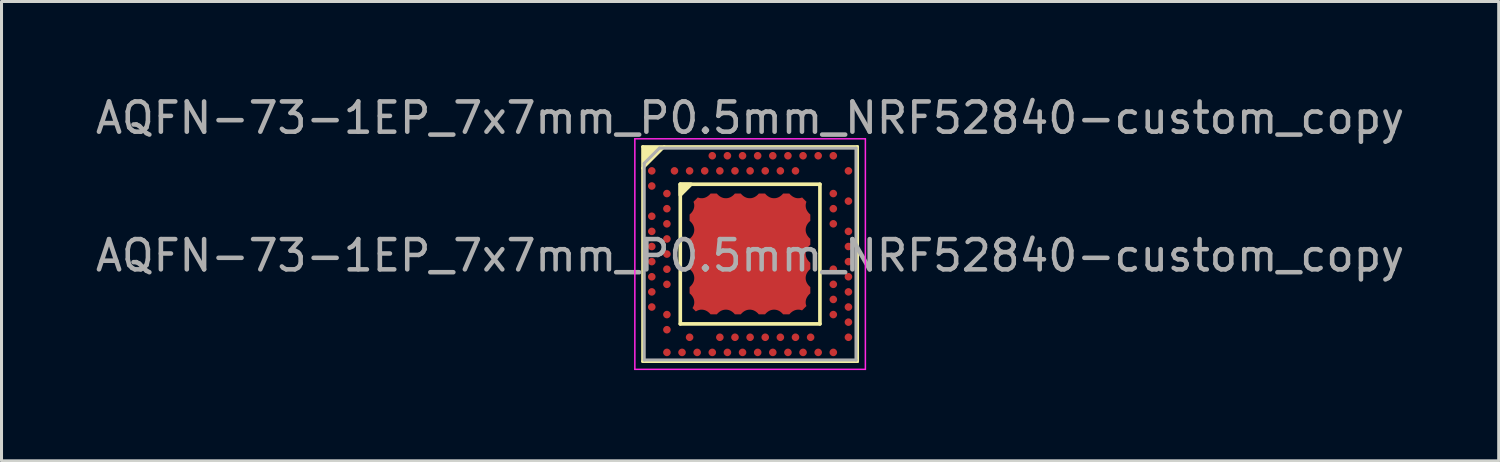
<source format=kicad_pcb>
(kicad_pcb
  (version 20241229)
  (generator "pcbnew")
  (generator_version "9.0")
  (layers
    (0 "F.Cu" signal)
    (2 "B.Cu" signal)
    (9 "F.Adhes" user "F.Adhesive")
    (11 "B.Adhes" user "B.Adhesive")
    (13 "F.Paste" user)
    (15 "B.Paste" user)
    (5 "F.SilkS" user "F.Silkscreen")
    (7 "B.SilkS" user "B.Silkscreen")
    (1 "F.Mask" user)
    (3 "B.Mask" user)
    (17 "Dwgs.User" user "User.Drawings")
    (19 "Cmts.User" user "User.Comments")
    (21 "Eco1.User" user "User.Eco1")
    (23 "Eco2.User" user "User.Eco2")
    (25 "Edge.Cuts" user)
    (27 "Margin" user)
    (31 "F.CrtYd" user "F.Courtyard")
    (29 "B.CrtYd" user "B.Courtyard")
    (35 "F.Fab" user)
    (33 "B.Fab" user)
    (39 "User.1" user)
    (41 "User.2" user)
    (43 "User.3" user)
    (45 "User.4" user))
  (footprint "AQFN-73-1EP_7x7mm_P0.5mm_NRF52840-custom_copy"
    (layer "F.Cu")
    (at 21.744 5.348)
    (property "Reference" "AQFN-73-1EP_7x7mm_P0.5mm_NRF52840-custom_copy" (at 0 -4.5 0) (layer "F.Fab") (effects (font (size 1 1) (thickness 0.15))))
    (attr smd)
    (fp_poly (pts (xy -1.085 -1.983) (xy -1.07 -1.967) (xy -1.055 -1.952) (xy -1.039 -1.938) (xy -1.023 -1.924) (xy -1.005 -1.912) (xy -0.988 -1.9) (xy -0.969 -1.889) (xy -0.95 -1.879) (xy -0.931 -1.871) (xy -0.91 -1.863) (xy -0.89 -1.857) (xy -0.869 -1.852) (xy -0.847 -1.849) (xy -0.825 -1.846) (xy -0.802 -1.846) (xy -0.79 -1.846) (xy -0.779 -1.846) (xy -0.768 -1.847) (xy -0.757 -1.849) (xy -0.746 -1.85) (xy -0.735 -1.852) (xy -0.724 -1.854) (xy -0.714 -1.857) (xy -0.693 -1.863) (xy -0.673 -1.871) (xy -0.653 -1.879) (xy -0.634 -1.889) (xy -0.616 -1.9) (xy -0.598 -1.912) (xy -0.581 -1.924) (xy -0.565 -1.938) (xy -0.549 -1.952) (xy -0.533 -1.967) (xy -0.519 -1.983) (xy -0.505 -2) (xy -0.307 -2) (xy -0.293 -1.983) (xy -0.278 -1.967) (xy -0.263 -1.952) (xy -0.247 -1.938) (xy -0.231 -1.924) (xy -0.214 -1.912) (xy -0.196 -1.9) (xy -0.177 -1.889) (xy -0.158 -1.879) (xy -0.139 -1.871) (xy -0.119 -1.863) (xy -0.098 -1.857) (xy -0.077 -1.852) (xy -0.055 -1.849) (xy -0.033 -1.846) (xy -0.01 -1.846) (xy 0.001 -1.846) (xy 0.013 -1.846) (xy 0.024 -1.847) (xy 0.035 -1.849) (xy 0.046 -1.85) (xy 0.056 -1.852) (xy 0.067 -1.855) (xy 0.077 -1.857) (xy 0.098 -1.863) (xy 0.118 -1.871) (xy 0.137 -1.879) (xy 0.156 -1.889) (xy 0.174 -1.9) (xy 0.192 -1.912) (xy 0.209 -1.924) (xy 0.226 -1.938) (xy 0.242 -1.952) (xy 0.257 -1.967) (xy 0.272 -1.983) (xy 0.286 -2) (xy 0.495 -2) (xy 0.509 -1.983) (xy 0.524 -1.967) (xy 0.539 -1.952) (xy 0.555 -1.938) (xy 0.572 -1.924) (xy 0.589 -1.912) (xy 0.607 -1.9) (xy 0.625 -1.889) (xy 0.644 -1.879) (xy 0.664 -1.871) (xy 0.684 -1.863) (xy 0.704 -1.857) (xy 0.726 -1.852) (xy 0.747 -1.849) (xy 0.77 -1.846) (xy 0.792 -1.846) (xy 0.804 -1.846) (xy 0.815 -1.846) (xy 0.826 -1.847) (xy 0.837 -1.849) (xy 0.848 -1.85) (xy 0.859 -1.852) (xy 0.87 -1.854) (xy 0.88 -1.857) (xy 0.901 -1.863) (xy 0.921 -1.871) (xy 0.941 -1.879) (xy 0.96 -1.889) (xy 0.978 -1.9) (xy 0.996 -1.912) (xy 1.013 -1.924) (xy 1.03 -1.938) (xy 1.045 -1.952) (xy 1.061 -1.967) (xy 1.075 -1.983) (xy 1.089 -2) (xy 1.298 -2) (xy 1.313 -1.983) (xy 1.327 -1.967) (xy 1.343 -1.952) (xy 1.359 -1.938) (xy 1.376 -1.924) (xy 1.393 -1.912) (xy 1.41 -1.9) (xy 1.429 -1.889) (xy 1.448 -1.879) (xy 1.467 -1.871) (xy 1.487 -1.863) (xy 1.507 -1.857) (xy 1.528 -1.852) (xy 1.55 -1.849) (xy 1.572 -1.846) (xy 1.595 -1.846) (xy 1.603 -1.846) (xy 1.611 -1.846) (xy 1.619 -1.847) (xy 1.627 -1.848) (xy 1.635 -1.849) (xy 1.643 -1.85) (xy 1.651 -1.851) (xy 1.659 -1.853) (xy 1.666 -1.855) (xy 1.674 -1.857) (xy 1.689 -1.861) (xy 1.704 -1.866) (xy 1.718 -1.872) (xy 1.863 -1.727) (xy 1.857 -1.713) (xy 1.852 -1.698) (xy 1.848 -1.683) (xy 1.846 -1.675) (xy 1.844 -1.668) (xy 1.842 -1.66) (xy 1.841 -1.652) (xy 1.84 -1.644) (xy 1.838 -1.636) (xy 1.838 -1.628) (xy 1.837 -1.62) (xy 1.837 -1.612) (xy 1.837 -1.604) (xy 1.837 -1.592) (xy 1.837 -1.581) (xy 1.838 -1.57) (xy 1.84 -1.559) (xy 1.841 -1.548) (xy 1.843 -1.537) (xy 1.845 -1.527) (xy 1.848 -1.516) (xy 1.854 -1.496) (xy 1.862 -1.476) (xy 1.87 -1.457) (xy 1.88 -1.438) (xy 1.891 -1.42) (xy 1.903 -1.402) (xy 1.915 -1.385) (xy 1.929 -1.368) (xy 1.943 -1.352) (xy 1.958 -1.337) (xy 1.974 -1.322) (xy 1.99 -1.307) (xy 1.99 -1.098) (xy 1.974 -1.084) (xy 1.958 -1.07) (xy 1.943 -1.055) (xy 1.929 -1.039) (xy 1.915 -1.022) (xy 1.903 -1.005) (xy 1.891 -0.987) (xy 1.88 -0.969) (xy 1.87 -0.95) (xy 1.862 -0.93) (xy 1.854 -0.91) (xy 1.848 -0.889) (xy 1.843 -0.868) (xy 1.839 -0.846) (xy 1.837 -0.824) (xy 1.837 -0.801) (xy 1.837 -0.79) (xy 1.837 -0.779) (xy 1.838 -0.767) (xy 1.839 -0.756) (xy 1.841 -0.745) (xy 1.843 -0.735) (xy 1.845 -0.724) (xy 1.848 -0.713) (xy 1.854 -0.693) (xy 1.862 -0.673) (xy 1.87 -0.653) (xy 1.88 -0.634) (xy 1.891 -0.616) (xy 1.903 -0.598) (xy 1.915 -0.581) (xy 1.929 -0.564) (xy 1.943 -0.548) (xy 1.958 -0.533) (xy 1.974 -0.518) (xy 1.99 -0.504) (xy 1.99 -0.307) (xy 1.974 -0.293) (xy 1.958 -0.278) (xy 1.943 -0.263) (xy 1.929 -0.247) (xy 1.915 -0.23) (xy 1.903 -0.213) (xy 1.891 -0.195) (xy 1.88 -0.177) (xy 1.87 -0.158) (xy 1.862 -0.138) (xy 1.854 -0.118) (xy 1.848 -0.098) (xy 1.843 -0.076) (xy 1.839 -0.055) (xy 1.837 -0.032) (xy 1.837 -0.01) (xy 1.837 0.002) (xy 1.837 0.013) (xy 1.838 0.024) (xy 1.84 0.035) (xy 1.841 0.046) (xy 1.843 0.057) (xy 1.845 0.067) (xy 1.848 0.078) (xy 1.854 0.098) (xy 1.862 0.118) (xy 1.87 0.138) (xy 1.88 0.156) (xy 1.891 0.175) (xy 1.903 0.192) (xy 1.915 0.209) (xy 1.929 0.226) (xy 1.943 0.242) (xy 1.958 0.258) (xy 1.974 0.272) (xy 1.99 0.287) (xy 1.99 0.496) (xy 1.974 0.51) (xy 1.958 0.524) (xy 1.943 0.54) (xy 1.929 0.555) (xy 1.915 0.572) (xy 1.903 0.589) (xy 1.891 0.607) (xy 1.88 0.625) (xy 1.87 0.644) (xy 1.862 0.664) (xy 1.854 0.684) (xy 1.848 0.705) (xy 1.843 0.726) (xy 1.839 0.748) (xy 1.837 0.77) (xy 1.837 0.793) (xy 1.837 0.804) (xy 1.837 0.815) (xy 1.838 0.827) (xy 1.839 0.838) (xy 1.841 0.849) (xy 1.843 0.859) (xy 1.845 0.87) (xy 1.848 0.881) (xy 1.854 0.901) (xy 1.862 0.922) (xy 1.87 0.941) (xy 1.88 0.96) (xy 1.891 0.978) (xy 1.903 0.996) (xy 1.915 1.013) (xy 1.929 1.03) (xy 1.943 1.046) (xy 1.958 1.061) (xy 1.974 1.076) (xy 1.99 1.09) (xy 1.99 1.299) (xy 1.974 1.313) (xy 1.958 1.328) (xy 1.943 1.343) (xy 1.929 1.359) (xy 1.915 1.376) (xy 1.903 1.393) (xy 1.891 1.411) (xy 1.88 1.429) (xy 1.87 1.448) (xy 1.862 1.467) (xy 1.854 1.487) (xy 1.848 1.508) (xy 1.843 1.529) (xy 1.84 1.55) (xy 1.837 1.572) (xy 1.837 1.595) (xy 1.837 1.603) (xy 1.837 1.611) (xy 1.838 1.619) (xy 1.838 1.627) (xy 1.839 1.635) (xy 1.841 1.643) (xy 1.842 1.651) (xy 1.844 1.659) (xy 1.846 1.666) (xy 1.847 1.674) (xy 1.852 1.689) (xy 1.857 1.703) (xy 1.862 1.718) (xy 1.717 1.862) (xy 1.703 1.857) (xy 1.688 1.852) (xy 1.673 1.848) (xy 1.666 1.846) (xy 1.658 1.844) (xy 1.65 1.843) (xy 1.643 1.841) (xy 1.635 1.84) (xy 1.627 1.839) (xy 1.619 1.838) (xy 1.611 1.837) (xy 1.603 1.837) (xy 1.595 1.837) (xy 1.583 1.837) (xy 1.572 1.838) (xy 1.561 1.839) (xy 1.55 1.84) (xy 1.539 1.842) (xy 1.528 1.844) (xy 1.518 1.846) (xy 1.507 1.849) (xy 1.487 1.855) (xy 1.467 1.862) (xy 1.448 1.871) (xy 1.429 1.881) (xy 1.41 1.891) (xy 1.393 1.903) (xy 1.376 1.916) (xy 1.359 1.929) (xy 1.343 1.944) (xy 1.327 1.959) (xy 1.313 1.975) (xy 1.298 1.991) (xy 1.089 1.991) (xy 1.075 1.974) (xy 1.061 1.959) (xy 1.045 1.944) (xy 1.03 1.929) (xy 1.013 1.916) (xy 0.996 1.903) (xy 0.978 1.891) (xy 0.96 1.88) (xy 0.941 1.871) (xy 0.921 1.862) (xy 0.901 1.855) (xy 0.88 1.848) (xy 0.859 1.844) (xy 0.837 1.84) (xy 0.815 1.838) (xy 0.792 1.837) (xy 0.781 1.837) (xy 0.77 1.838) (xy 0.758 1.839) (xy 0.747 1.84) (xy 0.736 1.842) (xy 0.726 1.844) (xy 0.715 1.846) (xy 0.704 1.848) (xy 0.684 1.855) (xy 0.664 1.862) (xy 0.644 1.871) (xy 0.625 1.88) (xy 0.607 1.891) (xy 0.589 1.903) (xy 0.572 1.916) (xy 0.555 1.929) (xy 0.539 1.944) (xy 0.524 1.959) (xy 0.509 1.974) (xy 0.495 1.991) (xy 0.286 1.991) (xy 0.272 1.975) (xy 0.257 1.959) (xy 0.242 1.944) (xy 0.226 1.929) (xy 0.209 1.916) (xy 0.192 1.903) (xy 0.174 1.891) (xy 0.156 1.881) (xy 0.137 1.871) (xy 0.118 1.862) (xy 0.098 1.855) (xy 0.077 1.849) (xy 0.056 1.844) (xy 0.035 1.84) (xy 0.013 1.838) (xy -0.01 1.837) (xy -0.021 1.837) (xy -0.033 1.838) (xy -0.044 1.839) (xy -0.055 1.84) (xy -0.066 1.842) (xy -0.077 1.844) (xy -0.087 1.846) (xy -0.098 1.848) (xy -0.119 1.855) (xy -0.139 1.862) (xy -0.158 1.871) (xy -0.177 1.88) (xy -0.196 1.891) (xy -0.214 1.903) (xy -0.231 1.916) (xy -0.247 1.929) (xy -0.263 1.944) (xy -0.278 1.959) (xy -0.293 1.974) (xy -0.307 1.991) (xy -0.505 1.991) (xy -0.519 1.974) (xy -0.533 1.959) (xy -0.549 1.944) (xy -0.565 1.929) (xy -0.581 1.916) (xy -0.598 1.903) (xy -0.616 1.891) (xy -0.634 1.88) (xy -0.653 1.871) (xy -0.673 1.862) (xy -0.693 1.855) (xy -0.714 1.848) (xy -0.735 1.844) (xy -0.757 1.84) (xy -0.779 1.838) (xy -0.802 1.837) (xy -0.813 1.837) (xy -0.825 1.838) (xy -0.836 1.839) (xy -0.847 1.84) (xy -0.858 1.842) (xy -0.869 1.844) (xy -0.879 1.846) (xy -0.89 1.848) (xy -0.91 1.855) (xy -0.931 1.862) (xy -0.95 1.871) (xy -0.969 1.88) (xy -0.988 1.891) (xy -1.005 1.903) (xy -1.023 1.916) (xy -1.039 1.929) (xy -1.055 1.944) (xy -1.07 1.959) (xy -1.085 1.974) (xy -1.099 1.991) (xy -1.308 1.991) (xy -1.322 1.975) (xy -1.337 1.959) (xy -1.352 1.944) (xy -1.369 1.929) (xy -1.385 1.916) (xy -1.402 1.903) (xy -1.42 1.891) (xy -1.438 1.881) (xy -1.457 1.871) (xy -1.476 1.862) (xy -1.496 1.855) (xy -1.517 1.849) (xy -1.538 1.844) (xy -1.559 1.84) (xy -1.581 1.838) (xy -1.604 1.837) (xy -1.617 1.837) (xy -1.63 1.838) (xy -1.643 1.839) (xy -1.656 1.841) (xy -1.669 1.844) (xy -1.681 1.846) (xy -1.693 1.85) (xy -1.705 1.853) (xy -1.717 1.857) (xy -1.728 1.862) (xy -1.74 1.867) (xy -1.751 1.872) (xy -1.762 1.878) (xy -1.773 1.884) (xy -1.784 1.89) (xy -1.794 1.896) (xy -1.905 1.785) (xy -1.899 1.775) (xy -1.893 1.764) (xy -1.887 1.753) (xy -1.881 1.742) (xy -1.876 1.731) (xy -1.871 1.719) (xy -1.866 1.708) (xy -1.862 1.696) (xy -1.859 1.684) (xy -1.855 1.672) (xy -1.853 1.659) (xy -1.85 1.647) (xy -1.848 1.634) (xy -1.847 1.621) (xy -1.846 1.608) (xy -1.846 1.595) (xy -1.846 1.584) (xy -1.847 1.572) (xy -1.848 1.561) (xy -1.849 1.55) (xy -1.851 1.539) (xy -1.853 1.529) (xy -1.855 1.518) (xy -1.858 1.508) (xy -1.864 1.487) (xy -1.871 1.467) (xy -1.88 1.448) (xy -1.89 1.429) (xy -1.9 1.411) (xy -1.912 1.393) (xy -1.925 1.376) (xy -1.938 1.359) (xy -1.953 1.343) (xy -1.968 1.328) (xy -1.984 1.313) (xy -2 1.299) (xy -2 1.09) (xy -1.984 1.076) (xy -1.968 1.061) (xy -1.953 1.046) (xy -1.938 1.03) (xy -1.925 1.013) (xy -1.912 0.996) (xy -1.9 0.978) (xy -1.89 0.96) (xy -1.88 0.941) (xy -1.871 0.922) (xy -1.864 0.901) (xy -1.858 0.881) (xy -1.853 0.859) (xy -1.849 0.838) (xy -1.847 0.815) (xy -1.846 0.793) (xy -1.846 0.781) (xy -1.847 0.77) (xy -1.848 0.759) (xy -1.849 0.748) (xy -1.851 0.737) (xy -1.853 0.726) (xy -1.855 0.715) (xy -1.858 0.705) (xy -1.864 0.684) (xy -1.871 0.664) (xy -1.88 0.644) (xy -1.89 0.625) (xy -1.9 0.607) (xy -1.912 0.589) (xy -1.925 0.572) (xy -1.938 0.555) (xy -1.953 0.54) (xy -1.968 0.524) (xy -1.984 0.51) (xy -2 0.496) (xy -2 0.287) (xy -1.984 0.272) (xy -1.968 0.258) (xy -1.953 0.242) (xy -1.938 0.226) (xy -1.925 0.209) (xy -1.912 0.192) (xy -1.9 0.175) (xy -1.89 0.156) (xy -1.88 0.138) (xy -1.871 0.118) (xy -1.864 0.098) (xy -1.858 0.078) (xy -1.853 0.057) (xy -1.849 0.035) (xy -1.847 0.013) (xy -1.846 -0.01) (xy -1.846 -0.021) (xy -1.847 -0.032) (xy -1.848 -0.044) (xy -1.849 -0.055) (xy -1.851 -0.066) (xy -1.853 -0.076) (xy -1.855 -0.087) (xy -1.858 -0.098) (xy -1.864 -0.118) (xy -1.871 -0.138) (xy -1.88 -0.158) (xy -1.89 -0.177) (xy -1.9 -0.195) (xy -1.912 -0.213) (xy -1.925 -0.23) (xy -1.938 -0.247) (xy -1.953 -0.263) (xy -1.968 -0.278) (xy -1.984 -0.293) (xy -2 -0.307) (xy -2 -0.504) (xy -1.984 -0.518) (xy -1.968 -0.533) (xy -1.953 -0.548) (xy -1.938 -0.564) (xy -1.925 -0.581) (xy -1.912 -0.598) (xy -1.9 -0.616) (xy -1.89 -0.634) (xy -1.88 -0.653) (xy -1.871 -0.673) (xy -1.864 -0.693) (xy -1.858 -0.713) (xy -1.853 -0.735) (xy -1.849 -0.756) (xy -1.847 -0.779) (xy -1.846 -0.801) (xy -1.846 -0.813) (xy -1.847 -0.824) (xy -1.848 -0.835) (xy -1.849 -0.846) (xy -1.851 -0.857) (xy -1.853 -0.868) (xy -1.855 -0.879) (xy -1.858 -0.889) (xy -1.864 -0.91) (xy -1.871 -0.93) (xy -1.88 -0.95) (xy -1.89 -0.969) (xy -1.9 -0.987) (xy -1.912 -1.005) (xy -1.925 -1.022) (xy -1.938 -1.039) (xy -1.953 -1.055) (xy -1.968 -1.07) (xy -1.984 -1.084) (xy -2 -1.098) (xy -2 -1.307) (xy -1.984 -1.322) (xy -1.968 -1.337) (xy -1.953 -1.352) (xy -1.938 -1.368) (xy -1.925 -1.385) (xy -1.912 -1.402) (xy -1.9 -1.42) (xy -1.89 -1.438) (xy -1.88 -1.457) (xy -1.871 -1.476) (xy -1.864 -1.496) (xy -1.858 -1.516) (xy -1.853 -1.537) (xy -1.849 -1.559) (xy -1.847 -1.581) (xy -1.846 -1.604) (xy -1.846 -1.612) (xy -1.847 -1.62) (xy -1.847 -1.628) (xy -1.848 -1.637) (xy -1.849 -1.645) (xy -1.85 -1.653) (xy -1.852 -1.66) (xy -1.854 -1.668) (xy -1.855 -1.676) (xy -1.857 -1.684) (xy -1.86 -1.691) (xy -1.862 -1.699) (xy -1.867 -1.714) (xy -1.872 -1.728) (xy -1.729 -1.872) (xy -1.714 -1.866) (xy -1.699 -1.861) (xy -1.684 -1.857) (xy -1.676 -1.855) (xy -1.669 -1.853) (xy -1.661 -1.851) (xy -1.653 -1.85) (xy -1.645 -1.849) (xy -1.637 -1.848) (xy -1.629 -1.847) (xy -1.621 -1.846) (xy -1.612 -1.846) (xy -1.604 -1.846) (xy -1.593 -1.846) (xy -1.581 -1.846) (xy -1.57 -1.847) (xy -1.559 -1.849) (xy -1.548 -1.85) (xy -1.538 -1.852) (xy -1.527 -1.855) (xy -1.517 -1.857) (xy -1.496 -1.863) (xy -1.476 -1.871) (xy -1.457 -1.879) (xy -1.438 -1.889) (xy -1.42 -1.9) (xy -1.402 -1.912) (xy -1.385 -1.924) (xy -1.369 -1.938) (xy -1.352 -1.952) (xy -1.337 -1.967) (xy -1.322 -1.983) (xy -1.308 -2) (xy -1.099 -2)) (stroke (width 0) (type solid)) (fill yes) (layer "F.Cu"))
    (fp_poly (pts (xy -1.085 -1.984) (xy -1.071 -1.968) (xy -1.055 -1.953) (xy -1.04 -1.938) (xy -1.023 -1.925) (xy -1.006 -1.912) (xy -0.988 -1.9) (xy -0.97 -1.89) (xy -0.951 -1.88) (xy -0.931 -1.871) (xy -0.911 -1.864) (xy -0.89 -1.858) (xy -0.869 -1.853) (xy -0.847 -1.849) (xy -0.825 -1.847) (xy -0.802 -1.846) (xy -0.791 -1.846) (xy -0.78 -1.847) (xy -0.768 -1.848) (xy -0.757 -1.849) (xy -0.746 -1.851) (xy -0.736 -1.853) (xy -0.725 -1.855) (xy -0.714 -1.858) (xy -0.694 -1.864) (xy -0.674 -1.871) (xy -0.654 -1.88) (xy -0.635 -1.89) (xy -0.617 -1.9) (xy -0.599 -1.912) (xy -0.582 -1.925) (xy -0.565 -1.938) (xy -0.549 -1.953) (xy -0.534 -1.968) (xy -0.519 -1.984) (xy -0.505 -2) (xy -0.307 -2) (xy -0.294 -1.984) (xy -0.279 -1.968) (xy -0.264 -1.953) (xy -0.248 -1.938) (xy -0.231 -1.925) (xy -0.214 -1.912) (xy -0.196 -1.9) (xy -0.178 -1.89) (xy -0.159 -1.88) (xy -0.139 -1.871) (xy -0.119 -1.864) (xy -0.099 -1.858) (xy -0.077 -1.853) (xy -0.056 -1.849) (xy -0.033 -1.847) (xy -0.011 -1.846) (xy 0.001 -1.846) (xy 0.012 -1.847) (xy 0.023 -1.848) (xy 0.034 -1.849) (xy 0.045 -1.851) (xy 0.056 -1.853) (xy 0.066 -1.855) (xy 0.077 -1.858) (xy 0.097 -1.864) (xy 0.117 -1.871) (xy 0.137 -1.88) (xy 0.155 -1.89) (xy 0.174 -1.9) (xy 0.191 -1.912) (xy 0.208 -1.925) (xy 0.225 -1.938) (xy 0.241 -1.953) (xy 0.257 -1.968) (xy 0.272 -1.984) (xy 0.286 -2) (xy 0.495 -2) (xy 0.509 -1.984) (xy 0.523 -1.968) (xy 0.539 -1.953) (xy 0.555 -1.938) (xy 0.571 -1.925) (xy 0.588 -1.912) (xy 0.606 -1.9) (xy 0.624 -1.89) (xy 0.643 -1.88) (xy 0.663 -1.871) (xy 0.683 -1.864) (xy 0.704 -1.858) (xy 0.725 -1.853) (xy 0.747 -1.849) (xy 0.769 -1.847) (xy 0.792 -1.846) (xy 0.803 -1.846) (xy 0.815 -1.847) (xy 0.826 -1.848) (xy 0.837 -1.849) (xy 0.848 -1.851) (xy 0.859 -1.853) (xy 0.869 -1.855) (xy 0.88 -1.858) (xy 0.9 -1.864) (xy 0.921 -1.871) (xy 0.94 -1.88) (xy 0.959 -1.89) (xy 0.978 -1.9) (xy 0.995 -1.912) (xy 1.012 -1.925) (xy 1.029 -1.938) (xy 1.045 -1.953) (xy 1.06 -1.968) (xy 1.075 -1.984) (xy 1.089 -2) (xy 1.298 -2) (xy 1.312 -1.984) (xy 1.327 -1.968) (xy 1.342 -1.953) (xy 1.359 -1.938) (xy 1.375 -1.925) (xy 1.392 -1.912) (xy 1.41 -1.9) (xy 1.428 -1.89) (xy 1.447 -1.88) (xy 1.466 -1.871) (xy 1.486 -1.864) (xy 1.507 -1.858) (xy 1.528 -1.853) (xy 1.549 -1.849) (xy 1.571 -1.847) (xy 1.594 -1.846) (xy 1.602 -1.846) (xy 1.611 -1.847) (xy 1.619 -1.847) (xy 1.627 -1.848) (xy 1.635 -1.849) (xy 1.643 -1.85) (xy 1.65 -1.852) (xy 1.658 -1.853) (xy 1.666 -1.855) (xy 1.673 -1.857) (xy 1.688 -1.862) (xy 1.703 -1.867) (xy 1.718 -1.872) (xy 1.862 -1.728) (xy 1.857 -1.713) (xy 1.852 -1.698) (xy 1.847 -1.683) (xy 1.845 -1.676) (xy 1.843 -1.668) (xy 1.842 -1.66) (xy 1.84 -1.653) (xy 1.839 -1.645) (xy 1.838 -1.637) (xy 1.837 -1.629) (xy 1.837 -1.621) (xy 1.836 -1.612) (xy 1.836 -1.604) (xy 1.836 -1.593) (xy 1.837 -1.581) (xy 1.838 -1.57) (xy 1.839 -1.559) (xy 1.841 -1.548) (xy 1.843 -1.538) (xy 1.845 -1.527) (xy 1.848 -1.517) (xy 1.854 -1.496) (xy 1.861 -1.476) (xy 1.87 -1.457) (xy 1.88 -1.438) (xy 1.89 -1.42) (xy 1.902 -1.402) (xy 1.915 -1.385) (xy 1.928 -1.369) (xy 1.943 -1.352) (xy 1.958 -1.337) (xy 1.974 -1.322) (xy 1.99 -1.308) (xy 1.99 -1.099) (xy 1.974 -1.085) (xy 1.958 -1.07) (xy 1.943 -1.055) (xy 1.928 -1.039) (xy 1.915 -1.023) (xy 1.902 -1.005) (xy 1.89 -0.988) (xy 1.88 -0.969) (xy 1.87 -0.95) (xy 1.861 -0.931) (xy 1.854 -0.91) (xy 1.848 -0.89) (xy 1.843 -0.869) (xy 1.839 -0.847) (xy 1.837 -0.825) (xy 1.836 -0.802) (xy 1.836 -0.79) (xy 1.837 -0.779) (xy 1.838 -0.768) (xy 1.839 -0.757) (xy 1.841 -0.746) (xy 1.843 -0.735) (xy 1.845 -0.724) (xy 1.848 -0.714) (xy 1.854 -0.693) (xy 1.861 -0.673) (xy 1.87 -0.653) (xy 1.88 -0.634) (xy 1.89 -0.616) (xy 1.902 -0.598) (xy 1.915 -0.581) (xy 1.928 -0.565) (xy 1.943 -0.549) (xy 1.958 -0.533) (xy 1.974 -0.519) (xy 1.99 -0.505) (xy 1.99 -0.307) (xy 1.974 -0.293) (xy 1.958 -0.278) (xy 1.943 -0.263) (xy 1.928 -0.247) (xy 1.915 -0.231) (xy 1.902 -0.214) (xy 1.89 -0.196) (xy 1.88 -0.177) (xy 1.87 -0.158) (xy 1.861 -0.139) (xy 1.854 -0.119) (xy 1.848 -0.098) (xy 1.843 -0.077) (xy 1.839 -0.055) (xy 1.837 -0.033) (xy 1.836 -0.01) (xy 1.836 0.001) (xy 1.837 0.013) (xy 1.838 0.024) (xy 1.839 0.035) (xy 1.841 0.046) (xy 1.843 0.056) (xy 1.845 0.067) (xy 1.848 0.077) (xy 1.854 0.098) (xy 1.861 0.118) (xy 1.87 0.137) (xy 1.88 0.156) (xy 1.89 0.174) (xy 1.902 0.192) (xy 1.915 0.209) (xy 1.928 0.226) (xy 1.943 0.242) (xy 1.958 0.257) (xy 1.974 0.272) (xy 1.99 0.286) (xy 1.99 0.495) (xy 1.974 0.509) (xy 1.958 0.524) (xy 1.943 0.539) (xy 1.928 0.555) (xy 1.915 0.572) (xy 1.902 0.589) (xy 1.89 0.607) (xy 1.88 0.625) (xy 1.87 0.644) (xy 1.861 0.664) (xy 1.854 0.684) (xy 1.848 0.704) (xy 1.843 0.726) (xy 1.839 0.747) (xy 1.837 0.77) (xy 1.836 0.792) (xy 1.836 0.804) (xy 1.837 0.815) (xy 1.838 0.826) (xy 1.839 0.837) (xy 1.841 0.848) (xy 1.843 0.859) (xy 1.845 0.87) (xy 1.848 0.88) (xy 1.854 0.901) (xy 1.861 0.921) (xy 1.87 0.941) (xy 1.88 0.96) (xy 1.89 0.978) (xy 1.902 0.996) (xy 1.915 1.013) (xy 1.928 1.03) (xy 1.943 1.045) (xy 1.958 1.061) (xy 1.974 1.075) (xy 1.99 1.089) (xy 1.99 1.298) (xy 1.974 1.313) (xy 1.958 1.327) (xy 1.943 1.343) (xy 1.928 1.359) (xy 1.915 1.376) (xy 1.902 1.393) (xy 1.89 1.41) (xy 1.88 1.429) (xy 1.87 1.448) (xy 1.861 1.467) (xy 1.854 1.487) (xy 1.848 1.507) (xy 1.843 1.528) (xy 1.839 1.55) (xy 1.837 1.572) (xy 1.836 1.595) (xy 1.836 1.603) (xy 1.837 1.611) (xy 1.837 1.619) (xy 1.838 1.627) (xy 1.839 1.635) (xy 1.84 1.643) (xy 1.842 1.65) (xy 1.843 1.658) (xy 1.845 1.666) (xy 1.847 1.673) (xy 1.851 1.688) (xy 1.856 1.703) (xy 1.862 1.717) (xy 1.717 1.862) (xy 1.702 1.857) (xy 1.688 1.852) (xy 1.673 1.847) (xy 1.665 1.846) (xy 1.658 1.844) (xy 1.65 1.842) (xy 1.642 1.841) (xy 1.634 1.839) (xy 1.626 1.838) (xy 1.619 1.838) (xy 1.61 1.837) (xy 1.602 1.837) (xy 1.594 1.837) (xy 1.583 1.837) (xy 1.571 1.837) (xy 1.56 1.838) (xy 1.549 1.84) (xy 1.538 1.841) (xy 1.528 1.843) (xy 1.517 1.845) (xy 1.507 1.848) (xy 1.486 1.854) (xy 1.466 1.862) (xy 1.447 1.87) (xy 1.428 1.88) (xy 1.41 1.891) (xy 1.392 1.903) (xy 1.375 1.915) (xy 1.359 1.929) (xy 1.342 1.943) (xy 1.327 1.958) (xy 1.312 1.974) (xy 1.298 1.99) (xy 1.089 1.99) (xy 1.075 1.974) (xy 1.06 1.958) (xy 1.045 1.943) (xy 1.029 1.929) (xy 1.012 1.915) (xy 0.995 1.903) (xy 0.978 1.891) (xy 0.959 1.88) (xy 0.94 1.87) (xy 0.921 1.862) (xy 0.9 1.854) (xy 0.88 1.848) (xy 0.859 1.843) (xy 0.837 1.839) (xy 0.815 1.837) (xy 0.792 1.837) (xy 0.78 1.837) (xy 0.769 1.837) (xy 0.758 1.838) (xy 0.747 1.839) (xy 0.736 1.841) (xy 0.725 1.843) (xy 0.714 1.845) (xy 0.704 1.848) (xy 0.683 1.854) (xy 0.663 1.862) (xy 0.643 1.87) (xy 0.624 1.88) (xy 0.606 1.891) (xy 0.588 1.903) (xy 0.571 1.915) (xy 0.555 1.929) (xy 0.539 1.943) (xy 0.523 1.958) (xy 0.509 1.974) (xy 0.495 1.99) (xy 0.286 1.99) (xy 0.272 1.974) (xy 0.257 1.958) (xy 0.241 1.943) (xy 0.225 1.929) (xy 0.208 1.915) (xy 0.191 1.903) (xy 0.174 1.891) (xy 0.155 1.88) (xy 0.137 1.87) (xy 0.117 1.862) (xy 0.097 1.854) (xy 0.077 1.848) (xy 0.056 1.843) (xy 0.034 1.84) (xy 0.012 1.837) (xy -0.011 1.837) (xy -0.022 1.837) (xy -0.033 1.837) (xy -0.044 1.838) (xy -0.056 1.839) (xy -0.066 1.841) (xy -0.077 1.843) (xy -0.088 1.845) (xy -0.099 1.848) (xy -0.119 1.854) (xy -0.139 1.862) (xy -0.159 1.87) (xy -0.178 1.88) (xy -0.196 1.891) (xy -0.214 1.903) (xy -0.231 1.915) (xy -0.248 1.929) (xy -0.264 1.943) (xy -0.279 1.958) (xy -0.294 1.974) (xy -0.307 1.99) (xy -0.505 1.99) (xy -0.519 1.974) (xy -0.534 1.958) (xy -0.549 1.943) (xy -0.565 1.929) (xy -0.582 1.915) (xy -0.599 1.903) (xy -0.617 1.891) (xy -0.635 1.88) (xy -0.654 1.87) (xy -0.674 1.862) (xy -0.694 1.854) (xy -0.714 1.848) (xy -0.736 1.843) (xy -0.757 1.839) (xy -0.78 1.837) (xy -0.802 1.837) (xy -0.814 1.837) (xy -0.825 1.837) (xy -0.836 1.838) (xy -0.847 1.839) (xy -0.858 1.841) (xy -0.869 1.843) (xy -0.88 1.845) (xy -0.89 1.848) (xy -0.911 1.854) (xy -0.931 1.862) (xy -0.951 1.87) (xy -0.97 1.88) (xy -0.988 1.891) (xy -1.006 1.903) (xy -1.023 1.915) (xy -1.04 1.929) (xy -1.055 1.943) (xy -1.071 1.958) (xy -1.085 1.974) (xy -1.099 1.99) (xy -1.308 1.99) (xy -1.323 1.974) (xy -1.337 1.958) (xy -1.353 1.943) (xy -1.369 1.929) (xy -1.386 1.915) (xy -1.403 1.903) (xy -1.42 1.891) (xy -1.439 1.88) (xy -1.458 1.87) (xy -1.477 1.862) (xy -1.497 1.854) (xy -1.517 1.848) (xy -1.538 1.843) (xy -1.56 1.84) (xy -1.582 1.837) (xy -1.605 1.837) (xy -1.618 1.837) (xy -1.631 1.838) (xy -1.644 1.839) (xy -1.657 1.841) (xy -1.669 1.843) (xy -1.681 1.846) (xy -1.694 1.849) (xy -1.706 1.853) (xy -1.717 1.857) (xy -1.729 1.861) (xy -1.74 1.866) (xy -1.752 1.872) (xy -1.763 1.877) (xy -1.773 1.883) (xy -1.784 1.889) (xy -1.795 1.896) (xy -1.906 1.785) (xy -1.899 1.774) (xy -1.893 1.763) (xy -1.887 1.753) (xy -1.882 1.742) (xy -1.876 1.73) (xy -1.871 1.719) (xy -1.867 1.707) (xy -1.863 1.696) (xy -1.859 1.684) (xy -1.856 1.671) (xy -1.853 1.659) (xy -1.851 1.647) (xy -1.849 1.634) (xy -1.848 1.621) (xy -1.847 1.608) (xy -1.847 1.595) (xy -1.847 1.583) (xy -1.847 1.572) (xy -1.848 1.561) (xy -1.85 1.55) (xy -1.851 1.539) (xy -1.853 1.528) (xy -1.855 1.518) (xy -1.858 1.507) (xy -1.864 1.487) (xy -1.872 1.467) (xy -1.88 1.448) (xy -1.89 1.429) (xy -1.901 1.41) (xy -1.913 1.393) (xy -1.925 1.376) (xy -1.939 1.359) (xy -1.953 1.343) (xy -1.968 1.327) (xy -1.984 1.313) (xy -2.001 1.298) (xy -2.001 1.089) (xy -1.984 1.075) (xy -1.968 1.061) (xy -1.953 1.045) (xy -1.939 1.03) (xy -1.925 1.013) (xy -1.913 0.996) (xy -1.901 0.978) (xy -1.89 0.96) (xy -1.88 0.941) (xy -1.872 0.921) (xy -1.864 0.901) (xy -1.858 0.88) (xy -1.853 0.859) (xy -1.85 0.837) (xy -1.847 0.815) (xy -1.847 0.792) (xy -1.847 0.781) (xy -1.847 0.77) (xy -1.848 0.758) (xy -1.85 0.747) (xy -1.851 0.736) (xy -1.853 0.726) (xy -1.855 0.715) (xy -1.858 0.704) (xy -1.864 0.684) (xy -1.872 0.664) (xy -1.88 0.644) (xy -1.89 0.625) (xy -1.901 0.607) (xy -1.913 0.589) (xy -1.925 0.572) (xy -1.939 0.555) (xy -1.953 0.539) (xy -1.968 0.524) (xy -1.984 0.509) (xy -2.001 0.495) (xy -2.001 0.286) (xy -1.984 0.272) (xy -1.968 0.257) (xy -1.953 0.242) (xy -1.939 0.226) (xy -1.925 0.209) (xy -1.913 0.192) (xy -1.901 0.174) (xy -1.89 0.156) (xy -1.88 0.137) (xy -1.872 0.118) (xy -1.864 0.098) (xy -1.858 0.077) (xy -1.853 0.056) (xy -1.85 0.035) (xy -1.847 0.013) (xy -1.847 -0.01) (xy -1.847 -0.021) (xy -1.847 -0.033) (xy -1.848 -0.044) (xy -1.85 -0.055) (xy -1.851 -0.066) (xy -1.853 -0.077) (xy -1.855 -0.087) (xy -1.858 -0.098) (xy -1.864 -0.119) (xy -1.872 -0.139) (xy -1.88 -0.158) (xy -1.89 -0.177) (xy -1.901 -0.196) (xy -1.913 -0.214) (xy -1.925 -0.231) (xy -1.939 -0.247) (xy -1.953 -0.263) (xy -1.968 -0.278) (xy -1.984 -0.293) (xy -2.001 -0.307) (xy -2.001 -0.505) (xy -1.984 -0.519) (xy -1.968 -0.533) (xy -1.953 -0.549) (xy -1.939 -0.565) (xy -1.925 -0.581) (xy -1.913 -0.598) (xy -1.901 -0.616) (xy -1.89 -0.634) (xy -1.88 -0.653) (xy -1.872 -0.673) (xy -1.864 -0.693) (xy -1.858 -0.714) (xy -1.853 -0.735) (xy -1.85 -0.757) (xy -1.847 -0.779) (xy -1.847 -0.802) (xy -1.847 -0.813) (xy -1.847 -0.825) (xy -1.848 -0.836) (xy -1.85 -0.847) (xy -1.851 -0.858) (xy -1.853 -0.869) (xy -1.855 -0.879) (xy -1.858 -0.89) (xy -1.864 -0.91) (xy -1.872 -0.931) (xy -1.88 -0.95) (xy -1.89 -0.969) (xy -1.901 -0.988) (xy -1.913 -1.005) (xy -1.925 -1.023) (xy -1.939 -1.039) (xy -1.953 -1.055) (xy -1.968 -1.07) (xy -1.984 -1.085) (xy -2.001 -1.099) (xy -2.001 -1.308) (xy -1.984 -1.322) (xy -1.968 -1.337) (xy -1.953 -1.352) (xy -1.939 -1.369) (xy -1.925 -1.385) (xy -1.913 -1.402) (xy -1.901 -1.42) (xy -1.89 -1.438) (xy -1.88 -1.457) (xy -1.872 -1.476) (xy -1.864 -1.496) (xy -1.858 -1.517) (xy -1.853 -1.538) (xy -1.85 -1.559) (xy -1.847 -1.581) (xy -1.847 -1.604) (xy -1.847 -1.612) (xy -1.847 -1.621) (xy -1.848 -1.629) (xy -1.849 -1.637) (xy -1.85 -1.645) (xy -1.851 -1.653) (xy -1.852 -1.661) (xy -1.854 -1.669) (xy -1.856 -1.676) (xy -1.858 -1.684) (xy -1.86 -1.692) (xy -1.862 -1.699) (xy -1.867 -1.714) (xy -1.873 -1.729) (xy -1.729 -1.872) (xy -1.714 -1.867) (xy -1.7 -1.862) (xy -1.684 -1.857) (xy -1.677 -1.855) (xy -1.669 -1.854) (xy -1.661 -1.852) (xy -1.653 -1.85) (xy -1.646 -1.849) (xy -1.637 -1.848) (xy -1.629 -1.847) (xy -1.621 -1.847) (xy -1.613 -1.846) (xy -1.605 -1.846) (xy -1.593 -1.846) (xy -1.582 -1.847) (xy -1.571 -1.848) (xy -1.56 -1.849) (xy -1.549 -1.851) (xy -1.538 -1.853) (xy -1.528 -1.855) (xy -1.517 -1.858) (xy -1.497 -1.864) (xy -1.477 -1.871) (xy -1.458 -1.88) (xy -1.439 -1.89) (xy -1.42 -1.9) (xy -1.403 -1.912) (xy -1.386 -1.925) (xy -1.369 -1.938) (xy -1.353 -1.953) (xy -1.337 -1.968) (xy -1.323 -1.984) (xy -1.308 -2) (xy -1.099 -2)) (stroke (width 0) (type solid)) (fill yes) (layer "F.Mask"))
    (fp_line (start -3.55 -3.55) (end 3.55 -3.55) (stroke (width 0.1) (type solid)) (layer "F.SilkS"))
    (fp_line (start -3.55 -2.84) (end -2.84 -3.55) (stroke (width 0.1) (type solid)) (layer "F.SilkS"))
    (fp_line (start -3.55 3.55) (end -3.55 -3.55) (stroke (width 0.1) (type solid)) (layer "F.SilkS"))
    (fp_line (start -2.308 -2.308) (end -2.308 2.308) (stroke (width 0.12) (type solid)) (layer "F.SilkS"))
    (fp_line (start -2.308 2.308) (end 2.308 2.308) (stroke (width 0.12) (type solid)) (layer "F.SilkS"))
    (fp_line (start 2.308 -2.308) (end -2.308 -2.308) (stroke (width 0.12) (type solid)) (layer "F.SilkS"))
    (fp_line (start 2.308 2.308) (end 2.308 -2.308) (stroke (width 0.12) (type solid)) (layer "F.SilkS"))
    (fp_line (start 3.55 -3.55) (end 3.55 3.55) (stroke (width 0.1) (type solid)) (layer "F.SilkS"))
    (fp_line (start 3.55 3.55) (end -3.55 3.55) (stroke (width 0.1) (type solid)) (layer "F.SilkS"))
    (fp_poly (pts (xy -3.55 -2.84) (xy -3.55 -3.55) (xy -2.84 -3.55)) (stroke (width 0) (type solid)) (fill yes) (layer "F.SilkS"))
    (fp_poly (pts (xy -2.308 -1.952) (xy -2.308 -2.308) (xy -1.952 -2.308)) (stroke (width 0.12) (type solid)) (fill yes) (layer "F.SilkS"))
    (fp_line (start -3.81 -3.81) (end 3.81 -3.81) (stroke (width 0.05) (type solid)) (layer "F.CrtYd"))
    (fp_line (start -3.81 3.81) (end -3.81 -3.81) (stroke (width 0.05) (type solid)) (layer "F.CrtYd"))
    (fp_line (start 3.81 -3.81) (end 3.81 3.81) (stroke (width 0.05) (type solid)) (layer "F.CrtYd"))
    (fp_line (start 3.81 3.81) (end -3.81 3.81) (stroke (width 0.05) (type solid)) (layer "F.CrtYd"))
    (fp_line (start -3.5 -3) (end -3.5 3.5) (stroke (width 0.1) (type solid)) (layer "F.Fab"))
    (fp_line (start -3.5 -3) (end -3 -3.5) (stroke (width 0.1) (type solid)) (layer "F.Fab"))
    (fp_line (start -3.5 3.5) (end 3.5 3.5) (stroke (width 0.1) (type solid)) (layer "F.Fab"))
    (fp_line (start -3 -3.5) (end 3.5 -3.5) (stroke (width 0.1) (type solid)) (layer "F.Fab"))
    (fp_line (start 3.5 -3.5) (end 3.5 3.5) (stroke (width 0.1) (type solid)) (layer "F.Fab"))
    (fp_text user "${REFERENCE}" (at 0 0.05 0) (layer "F.Fab") (effects (font (size 1 1) (thickness 0.15))))
    (pad "" smd roundrect (at -1.5 -1.5 180) (size 0.575 0.575) (layers "F.Paste") (roundrect_rratio 0.15))
    (pad "" smd roundrect (at -1.5 -0.5 180) (size 0.575 0.575) (layers "F.Paste") (roundrect_rratio 0.15))
    (pad "" smd roundrect (at -1.5 0.5 180) (size 0.575 0.575) (layers "F.Paste") (roundrect_rratio 0.15))
    (pad "" smd roundrect (at -1.5 1.5 180) (size 0.575 0.575) (layers "F.Paste") (roundrect_rratio 0.15))
    (pad "" smd roundrect (at -0.5 -1.5 180) (size 0.575 0.575) (layers "F.Paste") (roundrect_rratio 0.15))
    (pad "" smd roundrect (at -0.5 -0.5 180) (size 0.575 0.575) (layers "F.Paste") (roundrect_rratio 0.15))
    (pad "" smd roundrect (at -0.5 0.5 180) (size 0.575 0.575) (layers "F.Paste") (roundrect_rratio 0.15))
    (pad "" smd roundrect (at -0.5 1.5 180) (size 0.575 0.575) (layers "F.Paste") (roundrect_rratio 0.15))
    (pad "" smd roundrect (at 0.5 -1.5 180) (size 0.575 0.575) (layers "F.Paste") (roundrect_rratio 0.15))
    (pad "" smd roundrect (at 0.5 -0.5 180) (size 0.575 0.575) (layers "F.Paste") (roundrect_rratio 0.15))
    (pad "" smd roundrect (at 0.5 0.5 180) (size 0.575 0.575) (layers "F.Paste") (roundrect_rratio 0.15))
    (pad "" smd roundrect (at 0.5 1.5 180) (size 0.575 0.575) (layers "F.Paste") (roundrect_rratio 0.15))
    (pad "" smd roundrect (at 1.5 -1.5 180) (size 0.575 0.575) (layers "F.Paste") (roundrect_rratio 0.15))
    (pad "" smd roundrect (at 1.5 -0.5 180) (size 0.575 0.575) (layers "F.Paste") (roundrect_rratio 0.15))
    (pad "" smd roundrect (at 1.5 0.5 180) (size 0.575 0.575) (layers "F.Paste") (roundrect_rratio 0.15))
    (pad "" smd roundrect (at 1.5 1.5 180) (size 0.575 0.575) (layers "F.Paste") (roundrect_rratio 0.15))
    (pad "A8" smd circle (at -1.25 -3.25 180) (size 0.25 0.25) (layers "F.Cu" "F.Mask" "F.Paste"))
    (pad "A10" smd circle (at -0.75 -3.25 180) (size 0.25 0.25) (layers "F.Cu" "F.Mask" "F.Paste"))
    (pad "A12" smd circle (at -0.25 -3.25 180) (size 0.25 0.25) (layers "F.Cu" "F.Mask" "F.Paste"))
    (pad "A14" smd circle (at 0.25 -3.25 180) (size 0.25 0.25) (layers "F.Cu" "F.Mask" "F.Paste"))
    (pad "A16" smd circle (at 0.75 -3.25 180) (size 0.25 0.25) (layers "F.Cu" "F.Mask" "F.Paste"))
    (pad "A18" smd circle (at 1.25 -3.25 180) (size 0.25 0.25) (layers "F.Cu" "F.Mask" "F.Paste"))
    (pad "A20" smd circle (at 1.75 -3.25 180) (size 0.25 0.25) (layers "F.Cu" "F.Mask" "F.Paste"))
    (pad "A22" smd circle (at 2.25 -3.25 180) (size 0.25 0.25) (layers "F.Cu" "F.Mask" "F.Paste"))
    (pad "A23" smd circle (at 2.75 -3.25 180) (size 0.25 0.25) (layers "F.Cu" "F.Mask" "F.Paste"))
    (pad "AA24" smd circle (at 3.25 2.25 180) (size 0.25 0.25) (layers "F.Cu" "F.Mask" "F.Paste"))
    (pad "AB2" smd circle (at -2.75 2.5 180) (size 0.25 0.25) (layers "F.Cu" "F.Mask" "F.Paste"))
    (pad "AC5" smd circle (at -2 2.75 180) (size 0.25 0.25) (layers "F.Cu" "F.Mask" "F.Paste"))
    (pad "AC9" smd circle (at -1 2.75 180) (size 0.25 0.25) (layers "F.Cu" "F.Mask" "F.Paste"))
    (pad "AC11" smd circle (at -0.5 2.75 180) (size 0.25 0.25) (layers "F.Cu" "F.Mask" "F.Paste"))
    (pad "AC13" smd circle (at 0 2.75 180) (size 0.25 0.25) (layers "F.Cu" "F.Mask" "F.Paste"))
    (pad "AC15" smd circle (at 0.5 2.75 180) (size 0.25 0.25) (layers "F.Cu" "F.Mask" "F.Paste"))
    (pad "AC17" smd circle (at 1 2.75 180) (size 0.25 0.25) (layers "F.Cu" "F.Mask" "F.Paste"))
    (pad "AC19" smd circle (at 1.5 2.75 180) (size 0.25 0.25) (layers "F.Cu" "F.Mask" "F.Paste"))
    (pad "AC21" smd circle (at 2 2.75 180) (size 0.25 0.25) (layers "F.Cu" "F.Mask" "F.Paste"))
    (pad "AC24" smd circle (at 3.25 2.75 180) (size 0.25 0.25) (layers "F.Cu" "F.Mask" "F.Paste"))
    (pad "AD2" smd circle (at -2.75 3.25 180) (size 0.25 0.25) (layers "F.Cu" "F.Mask" "F.Paste"))
    (pad "AD4" smd circle (at -2.25 3.25 180) (size 0.25 0.25) (layers "F.Cu" "F.Mask" "F.Paste"))
    (pad "AD6" smd circle (at -1.75 3.25 180) (size 0.25 0.25) (layers "F.Cu" "F.Mask" "F.Paste"))
    (pad "AD8" smd circle (at -1.25 3.25 180) (size 0.25 0.25) (layers "F.Cu" "F.Mask" "F.Paste"))
    (pad "AD10" smd circle (at -0.75 3.25 180) (size 0.25 0.25) (layers "F.Cu" "F.Mask" "F.Paste"))
    (pad "AD12" smd circle (at -0.25 3.25 180) (size 0.25 0.25) (layers "F.Cu" "F.Mask" "F.Paste"))
    (pad "AD14" smd circle (at 0.25 3.25 180) (size 0.25 0.25) (layers "F.Cu" "F.Mask" "F.Paste"))
    (pad "AD16" smd circle (at 0.75 3.25 180) (size 0.25 0.25) (layers "F.Cu" "F.Mask" "F.Paste"))
    (pad "AD18" smd circle (at 1.25 3.25 180) (size 0.25 0.25) (layers "F.Cu" "F.Mask" "F.Paste"))
    (pad "AD20" smd circle (at 1.75 3.25 180) (size 0.25 0.25) (layers "F.Cu" "F.Mask" "F.Paste"))
    (pad "AD22" smd circle (at 2.25 3.25 180) (size 0.25 0.25) (layers "F.Cu" "F.Mask" "F.Paste"))
    (pad "AD23" smd circle (at 2.75 3.25 180) (size 0.25 0.25) (layers "F.Cu" "F.Mask" "F.Paste"))
    (pad "B1" smd circle (at -3.25 -2.75 180) (size 0.25 0.25) (layers "F.Cu" "F.Mask" "F.Paste"))
    (pad "B3" smd circle (at -2.5 -2.75 180) (size 0.25 0.25) (layers "F.Cu" "F.Mask" "F.Paste"))
    (pad "B5" smd circle (at -2 -2.75 180) (size 0.25 0.25) (layers "F.Cu" "F.Mask" "F.Paste"))
    (pad "B7" smd circle (at -1.5 -2.75 180) (size 0.25 0.25) (layers "F.Cu" "F.Mask" "F.Paste"))
    (pad "B9" smd circle (at -1 -2.75 180) (size 0.25 0.25) (layers "F.Cu" "F.Mask" "F.Paste"))
    (pad "B11" smd circle (at -0.5 -2.75 180) (size 0.25 0.25) (layers "F.Cu" "F.Mask" "F.Paste"))
    (pad "B13" smd circle (at 0 -2.75 180) (size 0.25 0.25) (layers "F.Cu" "F.Mask" "F.Paste"))
    (pad "B15" smd circle (at 0.5 -2.75 180) (size 0.25 0.25) (layers "F.Cu" "F.Mask" "F.Paste"))
    (pad "B17" smd circle (at 1 -2.75 180) (size 0.25 0.25) (layers "F.Cu" "F.Mask" "F.Paste"))
    (pad "B19" smd circle (at 1.5 -2.75 180) (size 0.25 0.25) (layers "F.Cu" "F.Mask" "F.Paste"))
    (pad "B24" smd circle (at 3.25 -2.75 180) (size 0.25 0.25) (layers "F.Cu" "F.Mask" "F.Paste"))
    (pad "C1" smd circle (at -3.25 -2.25 180) (size 0.25 0.25) (layers "F.Cu" "F.Mask" "F.Paste"))
    (pad "D2" smd circle (at -2.75 -2 180) (size 0.25 0.25) (layers "F.Cu" "F.Mask" "F.Paste"))
    (pad "D23" smd circle (at 2.75 -2 180) (size 0.25 0.25) (layers "F.Cu" "F.Mask" "F.Paste"))
    (pad "E24" smd circle (at 3.25 -1.75 180) (size 0.25 0.25) (layers "F.Cu" "F.Mask" "F.Paste"))
    (pad "EP" smd rect (at 0 0 180) (size 3.5 3.5) (layers "F.Cu" "F.Mask"))
    (pad "F2" smd circle (at -2.75 -1.5 180) (size 0.25 0.25) (layers "F.Cu" "F.Mask" "F.Paste"))
    (pad "F23" smd circle (at 2.75 -1.5 180) (size 0.25 0.25) (layers "F.Cu" "F.Mask" "F.Paste"))
    (pad "G1" smd circle (at -3.25 -1.25 180) (size 0.25 0.25) (layers "F.Cu" "F.Mask" "F.Paste"))
    (pad "H2" smd circle (at -2.75 -1 180) (size 0.25 0.25) (layers "F.Cu" "F.Mask" "F.Paste"))
    (pad "H23" smd circle (at 2.75 -1 180) (size 0.25 0.25) (layers "F.Cu" "F.Mask" "F.Paste"))
    (pad "J1" smd circle (at -3.25 -0.75 180) (size 0.25 0.25) (layers "F.Cu" "F.Mask" "F.Paste"))
    (pad "J24" smd circle (at 3.25 -0.75 180) (size 0.25 0.25) (layers "F.Cu" "F.Mask" "F.Paste"))
    (pad "K2" smd circle (at -2.75 -0.5 180) (size 0.25 0.25) (layers "F.Cu" "F.Mask" "F.Paste"))
    (pad "L1" smd circle (at -3.25 -0.25 180) (size 0.25 0.25) (layers "F.Cu" "F.Mask" "F.Paste"))
    (pad "L24" smd circle (at 3.25 -0.25 180) (size 0.25 0.25) (layers "F.Cu" "F.Mask" "F.Paste"))
    (pad "M2" smd circle (at -2.75 0 180) (size 0.25 0.25) (layers "F.Cu" "F.Mask" "F.Paste"))
    (pad "N1" smd circle (at -3.25 0.25 180) (size 0.25 0.25) (layers "F.Cu" "F.Mask" "F.Paste"))
    (pad "N24" smd circle (at 3.25 0.25 180) (size 0.25 0.25) (layers "F.Cu" "F.Mask" "F.Paste"))
    (pad "P2" smd circle (at -2.75 0.5 180) (size 0.25 0.25) (layers "F.Cu" "F.Mask" "F.Paste"))
    (pad "P23" smd circle (at 2.75 0.5 180) (size 0.25 0.25) (layers "F.Cu" "F.Mask" "F.Paste"))
    (pad "R1" smd circle (at -3.25 0.75 180) (size 0.25 0.25) (layers "F.Cu" "F.Mask" "F.Paste"))
    (pad "R24" smd circle (at 3.25 0.75 180) (size 0.25 0.25) (layers "F.Cu" "F.Mask" "F.Paste"))
    (pad "T2" smd circle (at -2.75 1 180) (size 0.25 0.25) (layers "F.Cu" "F.Mask" "F.Paste"))
    (pad "T23" smd circle (at 2.75 1 180) (size 0.25 0.25) (layers "F.Cu" "F.Mask" "F.Paste"))
    (pad "U1" smd circle (at -3.25 1.25 180) (size 0.25 0.25) (layers "F.Cu" "F.Mask" "F.Paste"))
    (pad "U24" smd circle (at 3.25 1.25 180) (size 0.25 0.25) (layers "F.Cu" "F.Mask" "F.Paste"))
    (pad "V23" smd circle (at 2.75 1.5 180) (size 0.25 0.25) (layers "F.Cu" "F.Mask" "F.Paste"))
    (pad "W1" smd circle (at -3.25 1.75 180) (size 0.25 0.25) (layers "F.Cu" "F.Mask" "F.Paste"))
    (pad "W24" smd circle (at 3.25 1.75 180) (size 0.25 0.25) (layers "F.Cu" "F.Mask" "F.Paste"))
    (pad "Y2" smd circle (at -2.75 2 180) (size 0.25 0.25) (layers "F.Cu" "F.Mask" "F.Paste"))
    (pad "Y23" smd circle (at 2.75 2 180) (size 0.25 0.25) (layers "F.Cu" "F.Mask" "F.Paste")))
  (gr_rect
    (start -3 -3)
    (end 46.488 12.183)
    (stroke (width 0.1) (type default))
    (fill no)
    (layer "Edge.Cuts")))
</source>
